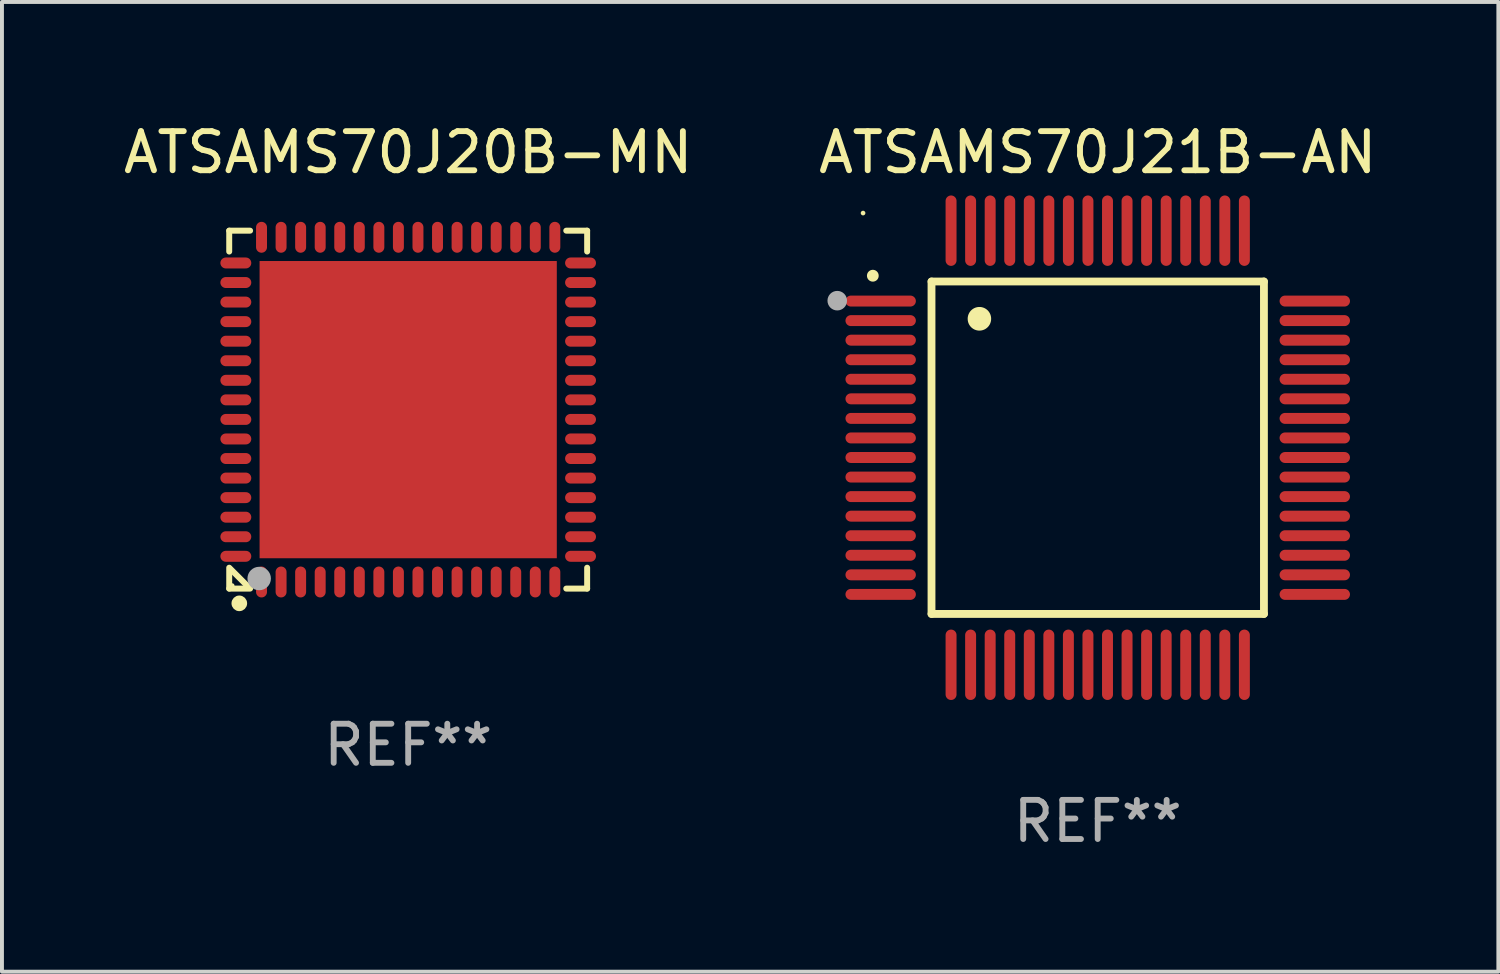
<source format=kicad_pcb>
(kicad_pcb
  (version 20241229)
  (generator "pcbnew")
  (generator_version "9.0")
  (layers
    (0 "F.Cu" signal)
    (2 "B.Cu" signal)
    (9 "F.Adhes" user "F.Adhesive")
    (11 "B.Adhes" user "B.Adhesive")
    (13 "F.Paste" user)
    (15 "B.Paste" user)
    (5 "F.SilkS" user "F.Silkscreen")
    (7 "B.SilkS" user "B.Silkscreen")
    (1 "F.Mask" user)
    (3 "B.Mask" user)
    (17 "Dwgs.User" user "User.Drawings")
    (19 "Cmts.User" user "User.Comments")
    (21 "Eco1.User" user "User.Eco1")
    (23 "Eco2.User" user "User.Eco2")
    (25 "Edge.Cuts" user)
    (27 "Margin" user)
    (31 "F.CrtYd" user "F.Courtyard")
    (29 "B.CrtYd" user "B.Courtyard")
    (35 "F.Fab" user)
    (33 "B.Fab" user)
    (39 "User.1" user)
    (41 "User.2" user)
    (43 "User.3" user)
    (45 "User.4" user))
  (footprint "ATSAMS70J20B-MN"
    (layer "F.Cu")
    (at 7.387 7.424)
    (property "Reference" "ATSAMS70J20B-MN" (at 0 -6.576 0) (layer "F.SilkS") (effects (font (size 1 1) (thickness 0.15))))
    (attr through_hole)
    (fp_line (start -4.576 -4.576) (end -4.576 -4.042) (stroke (width 0.152) (type solid)) (layer "F.SilkS"))
    (fp_line (start -4.576 4.576) (end -4.576 4.042) (stroke (width 0.152) (type solid)) (layer "F.SilkS"))
    (fp_line (start -4.069 4.549) (end -4.549 4.069) (stroke (width 0.152) (type solid)) (layer "F.SilkS"))
    (fp_line (start -4.042 -4.576) (end -4.576 -4.576) (stroke (width 0.152) (type solid)) (layer "F.SilkS"))
    (fp_line (start -4.042 4.576) (end -4.576 4.576) (stroke (width 0.152) (type solid)) (layer "F.SilkS"))
    (fp_line (start 4.042 -4.576) (end 4.576 -4.576) (stroke (width 0.152) (type solid)) (layer "F.SilkS"))
    (fp_line (start 4.042 4.576) (end 4.576 4.576) (stroke (width 0.152) (type solid)) (layer "F.SilkS"))
    (fp_line (start 4.576 -4.576) (end 4.576 -4.042) (stroke (width 0.152) (type solid)) (layer "F.SilkS"))
    (fp_line (start 4.576 4.576) (end 4.576 4.042) (stroke (width 0.152) (type solid)) (layer "F.SilkS"))
    (fp_circle (center -4.5 4.5) (end -4.47 4.5) (stroke (width 0.06) (type solid)) (fill no) (layer "F.SilkS"))
    (fp_circle (center -4.318 4.953) (end -4.218 4.953) (stroke (width 0.2) (type solid)) (fill no) (layer "F.SilkS"))
    (fp_circle (center -3.81 4.318) (end -3.66 4.318) (stroke (width 0.3) (type solid)) (fill no) (layer "F.Fab"))
    (fp_text user "REF**" (at 0 8.576 0) (layer "F.Fab") (effects (font (size 1 1) (thickness 0.15))))
    (pad "1" smd oval (at -3.75 4.407) (size 0.28 0.79) (layers "F.Cu" "F.Mask" "F.Paste"))
    (pad "2" smd oval (at -3.25 4.407) (size 0.28 0.79) (layers "F.Cu" "F.Mask" "F.Paste"))
    (pad "3" smd oval (at -2.75 4.407) (size 0.28 0.79) (layers "F.Cu" "F.Mask" "F.Paste"))
    (pad "4" smd oval (at -2.25 4.407) (size 0.28 0.79) (layers "F.Cu" "F.Mask" "F.Paste"))
    (pad "5" smd oval (at -1.75 4.407) (size 0.28 0.79) (layers "F.Cu" "F.Mask" "F.Paste"))
    (pad "6" smd oval (at -1.25 4.407) (size 0.28 0.79) (layers "F.Cu" "F.Mask" "F.Paste"))
    (pad "7" smd oval (at -0.75 4.407) (size 0.28 0.79) (layers "F.Cu" "F.Mask" "F.Paste"))
    (pad "8" smd oval (at -0.25 4.407) (size 0.28 0.79) (layers "F.Cu" "F.Mask" "F.Paste"))
    (pad "9" smd oval (at 0.25 4.407) (size 0.28 0.79) (layers "F.Cu" "F.Mask" "F.Paste"))
    (pad "10" smd oval (at 0.75 4.407) (size 0.28 0.79) (layers "F.Cu" "F.Mask" "F.Paste"))
    (pad "11" smd oval (at 1.25 4.407) (size 0.28 0.79) (layers "F.Cu" "F.Mask" "F.Paste"))
    (pad "12" smd oval (at 1.75 4.407) (size 0.28 0.79) (layers "F.Cu" "F.Mask" "F.Paste"))
    (pad "13" smd oval (at 2.25 4.407) (size 0.28 0.79) (layers "F.Cu" "F.Mask" "F.Paste"))
    (pad "14" smd oval (at 2.75 4.407) (size 0.28 0.79) (layers "F.Cu" "F.Mask" "F.Paste"))
    (pad "15" smd oval (at 3.25 4.407) (size 0.28 0.79) (layers "F.Cu" "F.Mask" "F.Paste"))
    (pad "16" smd oval (at 3.75 4.407) (size 0.28 0.79) (layers "F.Cu" "F.Mask" "F.Paste"))
    (pad "17" smd oval (at 4.407 3.75) (size 0.79 0.28) (layers "F.Cu" "F.Mask" "F.Paste"))
    (pad "18" smd oval (at 4.407 3.25) (size 0.79 0.28) (layers "F.Cu" "F.Mask" "F.Paste"))
    (pad "19" smd oval (at 4.407 2.75) (size 0.79 0.28) (layers "F.Cu" "F.Mask" "F.Paste"))
    (pad "20" smd oval (at 4.407 2.25) (size 0.79 0.28) (layers "F.Cu" "F.Mask" "F.Paste"))
    (pad "21" smd oval (at 4.407 1.75) (size 0.79 0.28) (layers "F.Cu" "F.Mask" "F.Paste"))
    (pad "22" smd oval (at 4.407 1.25) (size 0.79 0.28) (layers "F.Cu" "F.Mask" "F.Paste"))
    (pad "23" smd oval (at 4.407 0.75) (size 0.79 0.28) (layers "F.Cu" "F.Mask" "F.Paste"))
    (pad "24" smd oval (at 4.407 0.25) (size 0.79 0.28) (layers "F.Cu" "F.Mask" "F.Paste"))
    (pad "25" smd oval (at 4.407 -0.25) (size 0.79 0.28) (layers "F.Cu" "F.Mask" "F.Paste"))
    (pad "26" smd oval (at 4.407 -0.75) (size 0.79 0.28) (layers "F.Cu" "F.Mask" "F.Paste"))
    (pad "27" smd oval (at 4.407 -1.25) (size 0.79 0.28) (layers "F.Cu" "F.Mask" "F.Paste"))
    (pad "28" smd oval (at 4.407 -1.75) (size 0.79 0.28) (layers "F.Cu" "F.Mask" "F.Paste"))
    (pad "29" smd oval (at 4.407 -2.25) (size 0.79 0.28) (layers "F.Cu" "F.Mask" "F.Paste"))
    (pad "30" smd oval (at 4.407 -2.75) (size 0.79 0.28) (layers "F.Cu" "F.Mask" "F.Paste"))
    (pad "31" smd oval (at 4.407 -3.25) (size 0.79 0.28) (layers "F.Cu" "F.Mask" "F.Paste"))
    (pad "32" smd oval (at 4.407 -3.75) (size 0.79 0.28) (layers "F.Cu" "F.Mask" "F.Paste"))
    (pad "33" smd oval (at 3.75 -4.407) (size 0.28 0.79) (layers "F.Cu" "F.Mask" "F.Paste"))
    (pad "34" smd oval (at 3.25 -4.407) (size 0.28 0.79) (layers "F.Cu" "F.Mask" "F.Paste"))
    (pad "35" smd oval (at 2.75 -4.407) (size 0.28 0.79) (layers "F.Cu" "F.Mask" "F.Paste"))
    (pad "36" smd oval (at 2.25 -4.407) (size 0.28 0.79) (layers "F.Cu" "F.Mask" "F.Paste"))
    (pad "37" smd oval (at 1.75 -4.407) (size 0.28 0.79) (layers "F.Cu" "F.Mask" "F.Paste"))
    (pad "38" smd oval (at 1.25 -4.407) (size 0.28 0.79) (layers "F.Cu" "F.Mask" "F.Paste"))
    (pad "39" smd oval (at 0.75 -4.407) (size 0.28 0.79) (layers "F.Cu" "F.Mask" "F.Paste"))
    (pad "40" smd oval (at 0.25 -4.407) (size 0.28 0.79) (layers "F.Cu" "F.Mask" "F.Paste"))
    (pad "41" smd oval (at -0.25 -4.407) (size 0.28 0.79) (layers "F.Cu" "F.Mask" "F.Paste"))
    (pad "42" smd oval (at -0.75 -4.407) (size 0.28 0.79) (layers "F.Cu" "F.Mask" "F.Paste"))
    (pad "43" smd oval (at -1.25 -4.407) (size 0.28 0.79) (layers "F.Cu" "F.Mask" "F.Paste"))
    (pad "44" smd oval (at -1.75 -4.407) (size 0.28 0.79) (layers "F.Cu" "F.Mask" "F.Paste"))
    (pad "45" smd oval (at -2.25 -4.407) (size 0.28 0.79) (layers "F.Cu" "F.Mask" "F.Paste"))
    (pad "46" smd oval (at -2.75 -4.407) (size 0.28 0.79) (layers "F.Cu" "F.Mask" "F.Paste"))
    (pad "47" smd oval (at -3.25 -4.407) (size 0.28 0.79) (layers "F.Cu" "F.Mask" "F.Paste"))
    (pad "48" smd oval (at -3.75 -4.407) (size 0.28 0.79) (layers "F.Cu" "F.Mask" "F.Paste"))
    (pad "49" smd oval (at -4.407 -3.75) (size 0.79 0.28) (layers "F.Cu" "F.Mask" "F.Paste"))
    (pad "50" smd oval (at -4.407 -3.25) (size 0.79 0.28) (layers "F.Cu" "F.Mask" "F.Paste"))
    (pad "51" smd oval (at -4.407 -2.75) (size 0.79 0.28) (layers "F.Cu" "F.Mask" "F.Paste"))
    (pad "52" smd oval (at -4.407 -2.25) (size 0.79 0.28) (layers "F.Cu" "F.Mask" "F.Paste"))
    (pad "53" smd oval (at -4.407 -1.75) (size 0.79 0.28) (layers "F.Cu" "F.Mask" "F.Paste"))
    (pad "54" smd oval (at -4.407 -1.25) (size 0.79 0.28) (layers "F.Cu" "F.Mask" "F.Paste"))
    (pad "55" smd oval (at -4.407 -0.75) (size 0.79 0.28) (layers "F.Cu" "F.Mask" "F.Paste"))
    (pad "56" smd oval (at -4.407 -0.25) (size 0.79 0.28) (layers "F.Cu" "F.Mask" "F.Paste"))
    (pad "57" smd oval (at -4.407 0.25) (size 0.79 0.28) (layers "F.Cu" "F.Mask" "F.Paste"))
    (pad "58" smd oval (at -4.407 0.75) (size 0.79 0.28) (layers "F.Cu" "F.Mask" "F.Paste"))
    (pad "59" smd oval (at -4.407 1.25) (size 0.79 0.28) (layers "F.Cu" "F.Mask" "F.Paste"))
    (pad "60" smd oval (at -4.407 1.75) (size 0.79 0.28) (layers "F.Cu" "F.Mask" "F.Paste"))
    (pad "61" smd oval (at -4.407 2.25) (size 0.79 0.28) (layers "F.Cu" "F.Mask" "F.Paste"))
    (pad "62" smd oval (at -4.407 2.75) (size 0.79 0.28) (layers "F.Cu" "F.Mask" "F.Paste"))
    (pad "63" smd oval (at -4.407 3.25) (size 0.79 0.28) (layers "F.Cu" "F.Mask" "F.Paste"))
    (pad "64" smd oval (at -4.407 3.75) (size 0.79 0.28) (layers "F.Cu" "F.Mask" "F.Paste"))
    (pad "65" smd rect (at 0 0) (size 7.6 7.6) (layers "F.Cu" "F.Mask" "F.Paste")))
  (footprint "ATSAMS70J21B-AN"
    (layer "F.Cu")
    (at 25.018 8.398)
    (property "Reference" "ATSAMS70J21B-AN" (at 0 -7.55 0) (layer "F.SilkS") (effects (font (size 1 1) (thickness 0.15))))
    (attr through_hole)
    (fp_line (start -4.25 -4.25) (end -4.25 4.25) (stroke (width 0.2) (type solid)) (layer "F.SilkS"))
    (fp_line (start -4.25 4.25) (end 4.25 4.25) (stroke (width 0.2) (type solid)) (layer "F.SilkS"))
    (fp_line (start 4.25 -4.25) (end -4.25 -4.25) (stroke (width 0.2) (type solid)) (layer "F.SilkS"))
    (fp_line (start 4.25 4.25) (end 4.25 -4.25) (stroke (width 0.2) (type solid)) (layer "F.SilkS"))
    (fp_arc (start -5.750572 -4.396749) (mid -5.750577 -4.398019) (end -5.750572 -4.399289) (stroke (width 0.3) (type solid)) (layer "F.SilkS"))
    (fp_arc (start -3.025146 -3.294387) (mid -3.025157 -3.296927) (end -3.025146 -3.299467) (stroke (width 0.6) (type solid)) (layer "F.SilkS"))
    (fp_circle (center -6 -6) (end -5.97 -6) (stroke (width 0.06) (type solid)) (fill no) (layer "F.SilkS"))
    (fp_circle (center -6.66 -3.76) (end -6.535 -3.76) (stroke (width 0.25) (type solid)) (fill no) (layer "F.Fab"))
    (fp_text user "REF**" (at 0 9.55 0) (layer "F.Fab") (effects (font (size 1 1) (thickness 0.15))))
    (pad "1" smd oval (at -5.55 -3.75) (size 1.8 0.28) (layers "F.Cu" "F.Mask" "F.Paste"))
    (pad "2" smd oval (at -5.55 -3.25) (size 1.8 0.28) (layers "F.Cu" "F.Mask" "F.Paste"))
    (pad "3" smd oval (at -5.55 -2.75) (size 1.8 0.28) (layers "F.Cu" "F.Mask" "F.Paste"))
    (pad "4" smd oval (at -5.55 -2.25) (size 1.8 0.28) (layers "F.Cu" "F.Mask" "F.Paste"))
    (pad "5" smd oval (at -5.55 -1.75) (size 1.8 0.28) (layers "F.Cu" "F.Mask" "F.Paste"))
    (pad "6" smd oval (at -5.55 -1.25) (size 1.8 0.28) (layers "F.Cu" "F.Mask" "F.Paste"))
    (pad "7" smd oval (at -5.55 -0.75) (size 1.8 0.28) (layers "F.Cu" "F.Mask" "F.Paste"))
    (pad "8" smd oval (at -5.55 -0.25) (size 1.8 0.28) (layers "F.Cu" "F.Mask" "F.Paste"))
    (pad "9" smd oval (at -5.55 0.25) (size 1.8 0.28) (layers "F.Cu" "F.Mask" "F.Paste"))
    (pad "10" smd oval (at -5.55 0.75) (size 1.8 0.28) (layers "F.Cu" "F.Mask" "F.Paste"))
    (pad "11" smd oval (at -5.55 1.25) (size 1.8 0.28) (layers "F.Cu" "F.Mask" "F.Paste"))
    (pad "12" smd oval (at -5.55 1.75) (size 1.8 0.28) (layers "F.Cu" "F.Mask" "F.Paste"))
    (pad "13" smd oval (at -5.55 2.25) (size 1.8 0.28) (layers "F.Cu" "F.Mask" "F.Paste"))
    (pad "14" smd oval (at -5.55 2.75) (size 1.8 0.28) (layers "F.Cu" "F.Mask" "F.Paste"))
    (pad "15" smd oval (at -5.55 3.25) (size 1.8 0.28) (layers "F.Cu" "F.Mask" "F.Paste"))
    (pad "16" smd oval (at -5.55 3.75) (size 1.8 0.28) (layers "F.Cu" "F.Mask" "F.Paste"))
    (pad "17" smd oval (at -3.75 5.55) (size 0.28 1.8) (layers "F.Cu" "F.Mask" "F.Paste"))
    (pad "18" smd oval (at -3.25 5.55) (size 0.28 1.8) (layers "F.Cu" "F.Mask" "F.Paste"))
    (pad "19" smd oval (at -2.75 5.55) (size 0.28 1.8) (layers "F.Cu" "F.Mask" "F.Paste"))
    (pad "20" smd oval (at -2.25 5.55) (size 0.28 1.8) (layers "F.Cu" "F.Mask" "F.Paste"))
    (pad "21" smd oval (at -1.75 5.55) (size 0.28 1.8) (layers "F.Cu" "F.Mask" "F.Paste"))
    (pad "22" smd oval (at -1.25 5.55) (size 0.28 1.8) (layers "F.Cu" "F.Mask" "F.Paste"))
    (pad "23" smd oval (at -0.75 5.55) (size 0.28 1.8) (layers "F.Cu" "F.Mask" "F.Paste"))
    (pad "24" smd oval (at -0.25 5.55) (size 0.28 1.8) (layers "F.Cu" "F.Mask" "F.Paste"))
    (pad "25" smd oval (at 0.25 5.55) (size 0.28 1.8) (layers "F.Cu" "F.Mask" "F.Paste"))
    (pad "26" smd oval (at 0.75 5.55) (size 0.28 1.8) (layers "F.Cu" "F.Mask" "F.Paste"))
    (pad "27" smd oval (at 1.25 5.55) (size 0.28 1.8) (layers "F.Cu" "F.Mask" "F.Paste"))
    (pad "28" smd oval (at 1.75 5.55) (size 0.28 1.8) (layers "F.Cu" "F.Mask" "F.Paste"))
    (pad "29" smd oval (at 2.25 5.55) (size 0.28 1.8) (layers "F.Cu" "F.Mask" "F.Paste"))
    (pad "30" smd oval (at 2.75 5.55) (size 0.28 1.8) (layers "F.Cu" "F.Mask" "F.Paste"))
    (pad "31" smd oval (at 3.25 5.55) (size 0.28 1.8) (layers "F.Cu" "F.Mask" "F.Paste"))
    (pad "32" smd oval (at 3.75 5.55) (size 0.28 1.8) (layers "F.Cu" "F.Mask" "F.Paste"))
    (pad "33" smd oval (at 5.55 3.75) (size 1.8 0.28) (layers "F.Cu" "F.Mask" "F.Paste"))
    (pad "34" smd oval (at 5.55 3.25) (size 1.8 0.28) (layers "F.Cu" "F.Mask" "F.Paste"))
    (pad "35" smd oval (at 5.55 2.75) (size 1.8 0.28) (layers "F.Cu" "F.Mask" "F.Paste"))
    (pad "36" smd oval (at 5.55 2.25) (size 1.8 0.28) (layers "F.Cu" "F.Mask" "F.Paste"))
    (pad "37" smd oval (at 5.55 1.75) (size 1.8 0.28) (layers "F.Cu" "F.Mask" "F.Paste"))
    (pad "38" smd oval (at 5.55 1.25) (size 1.8 0.28) (layers "F.Cu" "F.Mask" "F.Paste"))
    (pad "39" smd oval (at 5.55 0.75) (size 1.8 0.28) (layers "F.Cu" "F.Mask" "F.Paste"))
    (pad "40" smd oval (at 5.55 0.25) (size 1.8 0.28) (layers "F.Cu" "F.Mask" "F.Paste"))
    (pad "41" smd oval (at 5.55 -0.25) (size 1.8 0.28) (layers "F.Cu" "F.Mask" "F.Paste"))
    (pad "42" smd oval (at 5.55 -0.75) (size 1.8 0.28) (layers "F.Cu" "F.Mask" "F.Paste"))
    (pad "43" smd oval (at 5.55 -1.25) (size 1.8 0.28) (layers "F.Cu" "F.Mask" "F.Paste"))
    (pad "44" smd oval (at 5.55 -1.75) (size 1.8 0.28) (layers "F.Cu" "F.Mask" "F.Paste"))
    (pad "45" smd oval (at 5.55 -2.25) (size 1.8 0.28) (layers "F.Cu" "F.Mask" "F.Paste"))
    (pad "46" smd oval (at 5.55 -2.75) (size 1.8 0.28) (layers "F.Cu" "F.Mask" "F.Paste"))
    (pad "47" smd oval (at 5.55 -3.25) (size 1.8 0.28) (layers "F.Cu" "F.Mask" "F.Paste"))
    (pad "48" smd oval (at 5.55 -3.75) (size 1.8 0.28) (layers "F.Cu" "F.Mask" "F.Paste"))
    (pad "49" smd oval (at 3.75 -5.55) (size 0.28 1.8) (layers "F.Cu" "F.Mask" "F.Paste"))
    (pad "50" smd oval (at 3.25 -5.55) (size 0.28 1.8) (layers "F.Cu" "F.Mask" "F.Paste"))
    (pad "51" smd oval (at 2.75 -5.55) (size 0.28 1.8) (layers "F.Cu" "F.Mask" "F.Paste"))
    (pad "52" smd oval (at 2.25 -5.55) (size 0.28 1.8) (layers "F.Cu" "F.Mask" "F.Paste"))
    (pad "53" smd oval (at 1.75 -5.55) (size 0.28 1.8) (layers "F.Cu" "F.Mask" "F.Paste"))
    (pad "54" smd oval (at 1.25 -5.55) (size 0.28 1.8) (layers "F.Cu" "F.Mask" "F.Paste"))
    (pad "55" smd oval (at 0.75 -5.55) (size 0.28 1.8) (layers "F.Cu" "F.Mask" "F.Paste"))
    (pad "56" smd oval (at 0.25 -5.55) (size 0.28 1.8) (layers "F.Cu" "F.Mask" "F.Paste"))
    (pad "57" smd oval (at -0.25 -5.55) (size 0.28 1.8) (layers "F.Cu" "F.Mask" "F.Paste"))
    (pad "58" smd oval (at -0.75 -5.55) (size 0.28 1.8) (layers "F.Cu" "F.Mask" "F.Paste"))
    (pad "59" smd oval (at -1.25 -5.55) (size 0.28 1.8) (layers "F.Cu" "F.Mask" "F.Paste"))
    (pad "60" smd oval (at -1.75 -5.55) (size 0.28 1.8) (layers "F.Cu" "F.Mask" "F.Paste"))
    (pad "61" smd oval (at -2.25 -5.55) (size 0.28 1.8) (layers "F.Cu" "F.Mask" "F.Paste"))
    (pad "62" smd oval (at -2.75 -5.55) (size 0.28 1.8) (layers "F.Cu" "F.Mask" "F.Paste"))
    (pad "63" smd oval (at -3.25 -5.55) (size 0.28 1.8) (layers "F.Cu" "F.Mask" "F.Paste"))
    (pad "64" smd oval (at -3.75 -5.55) (size 0.28 1.8) (layers "F.Cu" "F.Mask" "F.Paste")))
  (gr_rect
    (start -3 -3)
    (end 35.262 21.796)
    (stroke (width 0.1) (type default))
    (fill no)
    (layer "Edge.Cuts")))
</source>
